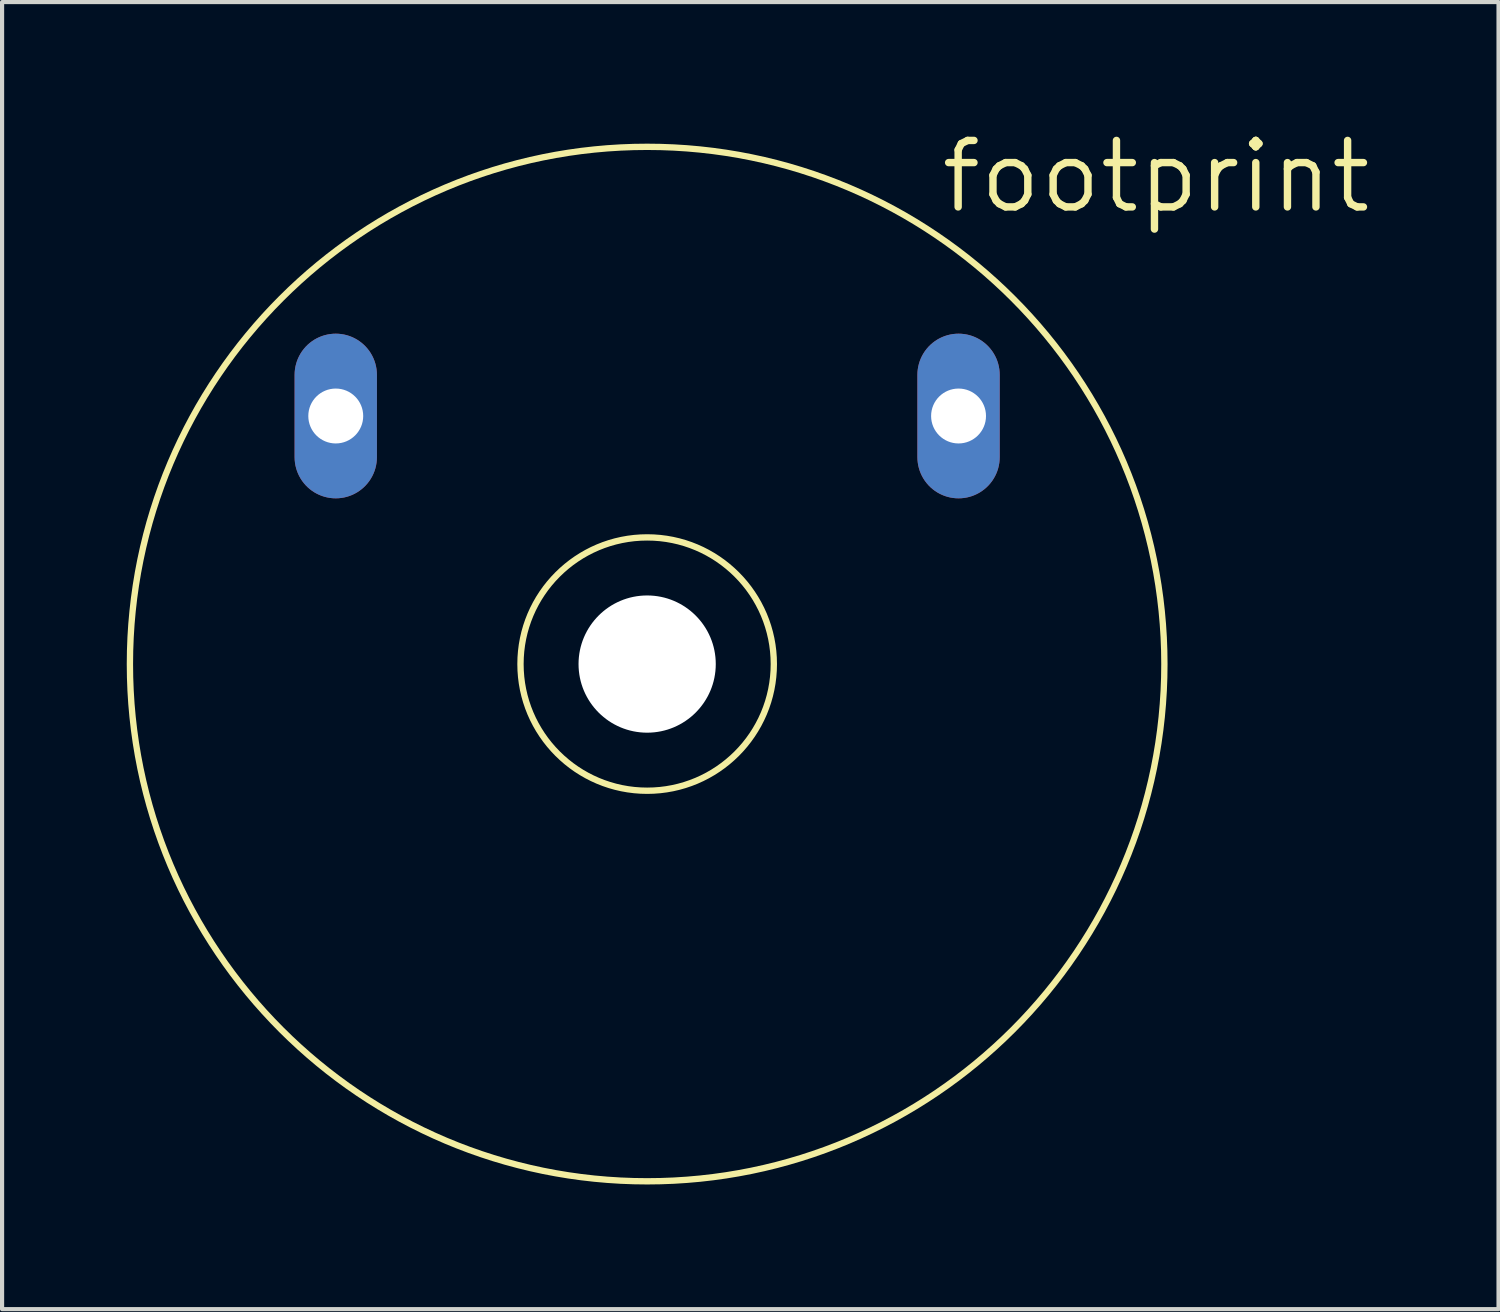
<source format=kicad_pcb>
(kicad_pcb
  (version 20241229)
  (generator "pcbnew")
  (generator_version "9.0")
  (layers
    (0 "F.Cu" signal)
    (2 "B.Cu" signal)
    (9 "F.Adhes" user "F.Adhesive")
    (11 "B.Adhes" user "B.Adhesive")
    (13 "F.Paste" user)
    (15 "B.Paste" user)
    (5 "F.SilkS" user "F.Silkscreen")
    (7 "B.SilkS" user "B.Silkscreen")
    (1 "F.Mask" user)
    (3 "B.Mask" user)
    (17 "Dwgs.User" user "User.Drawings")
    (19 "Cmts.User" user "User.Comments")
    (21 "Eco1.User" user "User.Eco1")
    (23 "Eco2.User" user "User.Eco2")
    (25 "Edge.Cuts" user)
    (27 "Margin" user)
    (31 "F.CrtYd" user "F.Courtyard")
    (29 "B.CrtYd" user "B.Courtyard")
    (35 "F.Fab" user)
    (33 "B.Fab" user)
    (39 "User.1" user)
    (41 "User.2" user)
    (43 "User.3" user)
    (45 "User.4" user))
  (footprint "footprint"
    (layer "F.Cu")
    (at 12.522 12.929)
    (property "Reference" "footprint" (at 6.985 -10.795 0) (layer "F.SilkS") (effects (font (size 1.6 1.6) (thickness 0.178)) (justify left bottom)))
    (fp_circle (center 0 0) (end 1.524 0) (stroke (width 0.152) (type solid)) (fill no) (layer "F.SilkS"))
    (fp_circle (center 0 0) (end 3.048 0) (stroke (width 0.152) (type solid)) (fill no) (layer "F.SilkS"))
    (fp_circle (center 0 0) (end 12.446 0) (stroke (width 0.152) (type solid)) (fill no) (layer "F.SilkS"))
    (pad "" np_thru_hole circle (at 0 0) (size 3.302 3.302) (drill 3.302) (layers "*.Cu" "*.Mask"))
    (pad "1" thru_hole oval (at -7.493 -5.969 90) (size 3.962 1.981) (drill 1.321) (layers "*.Cu" "*.Mask"))
    (pad "2" thru_hole oval (at 7.493 -5.969 90) (size 3.962 1.981) (drill 1.321) (layers "*.Cu" "*.Mask"))
    (zone (net_name "") (layer "F.Cu") (hatch edge 0.508) (connect_pads) (min_thickness 0.254) (filled_areas_thickness no) (keepout (tracks not_allowed) (vias not_allowed) (pads not_allowed) (copperpour not_allowed) (footprints allowed)) (placement (enabled no)) (fill) (polygon (pts (xy 16.396 12.929) (xy 16.337 12.256) (xy 16.162 11.604) (xy 15.877 10.992) (xy 15.489 10.439) (xy 15.012 9.961) (xy 14.459 9.574) (xy 13.847 9.289) (xy 13.195 9.114) (xy 12.522 9.055) (xy 11.85 9.114) (xy 11.197 9.289) (xy 10.585 9.574) (xy 10.032 9.961) (xy 9.555 10.439) (xy 9.168 10.992) (xy 8.882 11.604) (xy 8.708 12.256) (xy 8.649 12.929) (xy 8.708 13.601) (xy 8.882 14.253) (xy 9.168 14.865) (xy 9.555 15.418) (xy 10.032 15.896) (xy 10.585 16.283) (xy 11.197 16.568) (xy 11.85 16.743) (xy 12.522 16.802) (xy 13.195 16.743) (xy 13.847 16.568) (xy 14.459 16.283) (xy 15.012 15.896) (xy 15.489 15.418) (xy 15.877 14.865) (xy 16.162 14.253) (xy 16.337 13.601))) (polygon (pts (xy 16.269 12.929) (xy 16.212 12.278) (xy 16.043 11.647) (xy 15.767 11.055) (xy 15.392 10.52) (xy 14.93 10.059) (xy 14.395 9.684) (xy 13.804 9.408) (xy 13.173 9.239) (xy 12.522 9.182) (xy 11.872 9.239) (xy 11.241 9.408) (xy 10.649 9.684) (xy 10.114 10.059) (xy 9.652 10.52) (xy 9.278 11.055) (xy 9.002 11.647) (xy 8.833 12.278) (xy 8.776 12.929) (xy 8.833 13.579) (xy 9.002 14.21) (xy 9.278 14.802) (xy 9.652 15.337) (xy 10.114 15.799) (xy 10.649 16.173) (xy 11.241 16.449) (xy 11.872 16.618) (xy 12.522 16.675) (xy 13.173 16.618) (xy 13.804 16.449) (xy 14.395 16.173) (xy 14.93 15.799) (xy 15.392 15.337) (xy 15.767 14.802) (xy 16.043 14.21) (xy 16.212 13.579))))
    (zone (net_name "") (layers "F.Cu" "B.Cu") (hatch edge 0.508) (connect_pads) (min_thickness 0.254) (filled_areas_thickness no) (keepout (tracks allowed) (vias not_allowed) (pads allowed) (copperpour allowed) (footprints allowed)) (placement (enabled no)) (fill) (polygon (pts (xy 16.396 12.929) (xy 16.337 12.256) (xy 16.162 11.604) (xy 15.877 10.992) (xy 15.489 10.439) (xy 15.012 9.961) (xy 14.459 9.574) (xy 13.847 9.289) (xy 13.195 9.114) (xy 12.522 9.055) (xy 11.85 9.114) (xy 11.197 9.289) (xy 10.585 9.574) (xy 10.032 9.961) (xy 9.555 10.439) (xy 9.168 10.992) (xy 8.882 11.604) (xy 8.708 12.256) (xy 8.649 12.929) (xy 8.708 13.601) (xy 8.882 14.253) (xy 9.168 14.865) (xy 9.555 15.418) (xy 10.032 15.896) (xy 10.585 16.283) (xy 11.197 16.568) (xy 11.85 16.743) (xy 12.522 16.802) (xy 13.195 16.743) (xy 13.847 16.568) (xy 14.459 16.283) (xy 15.012 15.896) (xy 15.489 15.418) (xy 15.877 14.865) (xy 16.162 14.253) (xy 16.337 13.601))) (polygon (pts (xy 16.269 12.929) (xy 16.212 12.278) (xy 16.043 11.647) (xy 15.767 11.055) (xy 15.392 10.52) (xy 14.93 10.059) (xy 14.395 9.684) (xy 13.804 9.408) (xy 13.173 9.239) (xy 12.522 9.182) (xy 11.872 9.239) (xy 11.241 9.408) (xy 10.649 9.684) (xy 10.114 10.059) (xy 9.652 10.52) (xy 9.278 11.055) (xy 9.002 11.647) (xy 8.833 12.278) (xy 8.776 12.929) (xy 8.833 13.579) (xy 9.002 14.21) (xy 9.278 14.802) (xy 9.652 15.337) (xy 10.114 15.799) (xy 10.649 16.173) (xy 11.241 16.449) (xy 11.872 16.618) (xy 12.522 16.675) (xy 13.173 16.618) (xy 13.804 16.449) (xy 14.395 16.173) (xy 14.93 15.799) (xy 15.392 15.337) (xy 15.767 14.802) (xy 16.043 14.21) (xy 16.212 13.579))))
    (zone (net_name "") (layer "B.Cu") (hatch edge 0.508) (connect_pads) (min_thickness 0.254) (filled_areas_thickness no) (keepout (tracks not_allowed) (vias not_allowed) (pads not_allowed) (copperpour not_allowed) (footprints allowed)) (placement (enabled no)) (fill) (polygon (pts (xy 14.427 12.929) (xy 14.398 12.598) (xy 14.312 12.277) (xy 14.172 11.976) (xy 13.982 11.704) (xy 13.747 11.469) (xy 13.475 11.279) (xy 13.174 11.138) (xy 12.853 11.053) (xy 12.522 11.024) (xy 12.191 11.053) (xy 11.871 11.138) (xy 11.57 11.279) (xy 11.298 11.469) (xy 11.063 11.704) (xy 10.872 11.976) (xy 10.732 12.277) (xy 10.646 12.598) (xy 10.617 12.929) (xy 10.646 13.259) (xy 10.732 13.58) (xy 10.872 13.881) (xy 11.063 14.153) (xy 11.298 14.388) (xy 11.57 14.578) (xy 11.871 14.719) (xy 12.191 14.805) (xy 12.522 14.834) (xy 12.853 14.805) (xy 13.174 14.719) (xy 13.475 14.578) (xy 13.747 14.388) (xy 13.982 14.153) (xy 14.172 13.881) (xy 14.312 13.58) (xy 14.398 13.259))) (polygon (pts (xy 11.887 12.929) (xy 11.897 13.039) (xy 11.925 13.146) (xy 11.972 13.246) (xy 12.036 13.337) (xy 12.114 13.415) (xy 12.205 13.479) (xy 12.305 13.525) (xy 12.412 13.554) (xy 12.522 13.564) (xy 12.632 13.554) (xy 12.739 13.525) (xy 12.84 13.479) (xy 12.93 13.415) (xy 13.009 13.337) (xy 13.072 13.246) (xy 13.119 13.146) (xy 13.148 13.039) (xy 13.157 12.929) (xy 13.148 12.818) (xy 13.119 12.711) (xy 13.072 12.611) (xy 13.009 12.52) (xy 12.93 12.442) (xy 12.84 12.379) (xy 12.739 12.332) (xy 12.632 12.303) (xy 12.522 12.294) (xy 12.412 12.303) (xy 12.305 12.332) (xy 12.205 12.379) (xy 12.114 12.442) (xy 12.036 12.52) (xy 11.972 12.611) (xy 11.925 12.711) (xy 11.897 12.818))))
    (zone (net_name "") (layer "B.Cu") (hatch edge 0.508) (connect_pads) (min_thickness 0.254) (filled_areas_thickness no) (keepout (tracks not_allowed) (vias not_allowed) (pads not_allowed) (copperpour not_allowed) (footprints allowed)) (placement (enabled no)) (fill) (polygon (pts (xy 16.396 12.929) (xy 16.337 12.256) (xy 16.162 11.604) (xy 15.877 10.992) (xy 15.489 10.439) (xy 15.012 9.961) (xy 14.459 9.574) (xy 13.847 9.289) (xy 13.195 9.114) (xy 12.522 9.055) (xy 11.85 9.114) (xy 11.197 9.289) (xy 10.585 9.574) (xy 10.032 9.961) (xy 9.555 10.439) (xy 9.168 10.992) (xy 8.882 11.604) (xy 8.708 12.256) (xy 8.649 12.929) (xy 8.708 13.601) (xy 8.882 14.253) (xy 9.168 14.865) (xy 9.555 15.418) (xy 10.032 15.896) (xy 10.585 16.283) (xy 11.197 16.568) (xy 11.85 16.743) (xy 12.522 16.802) (xy 13.195 16.743) (xy 13.847 16.568) (xy 14.459 16.283) (xy 15.012 15.896) (xy 15.489 15.418) (xy 15.877 14.865) (xy 16.162 14.253) (xy 16.337 13.601))) (polygon (pts (xy 16.269 12.929) (xy 16.212 12.278) (xy 16.043 11.647) (xy 15.767 11.055) (xy 15.392 10.52) (xy 14.93 10.059) (xy 14.395 9.684) (xy 13.804 9.408) (xy 13.173 9.239) (xy 12.522 9.182) (xy 11.872 9.239) (xy 11.241 9.408) (xy 10.649 9.684) (xy 10.114 10.059) (xy 9.652 10.52) (xy 9.278 11.055) (xy 9.002 11.647) (xy 8.833 12.278) (xy 8.776 12.929) (xy 8.833 13.579) (xy 9.002 14.21) (xy 9.278 14.802) (xy 9.652 15.337) (xy 10.114 15.799) (xy 10.649 16.173) (xy 11.241 16.449) (xy 11.872 16.618) (xy 12.522 16.675) (xy 13.173 16.618) (xy 13.804 16.449) (xy 14.395 16.173) (xy 14.93 15.799) (xy 15.392 15.337) (xy 15.767 14.802) (xy 16.043 14.21) (xy 16.212 13.579)))))
  (gr_rect
    (start -3 -3)
    (end 33.008 28.451)
    (stroke (width 0.1) (type default))
    (fill no)
    (layer "Edge.Cuts")))
</source>
